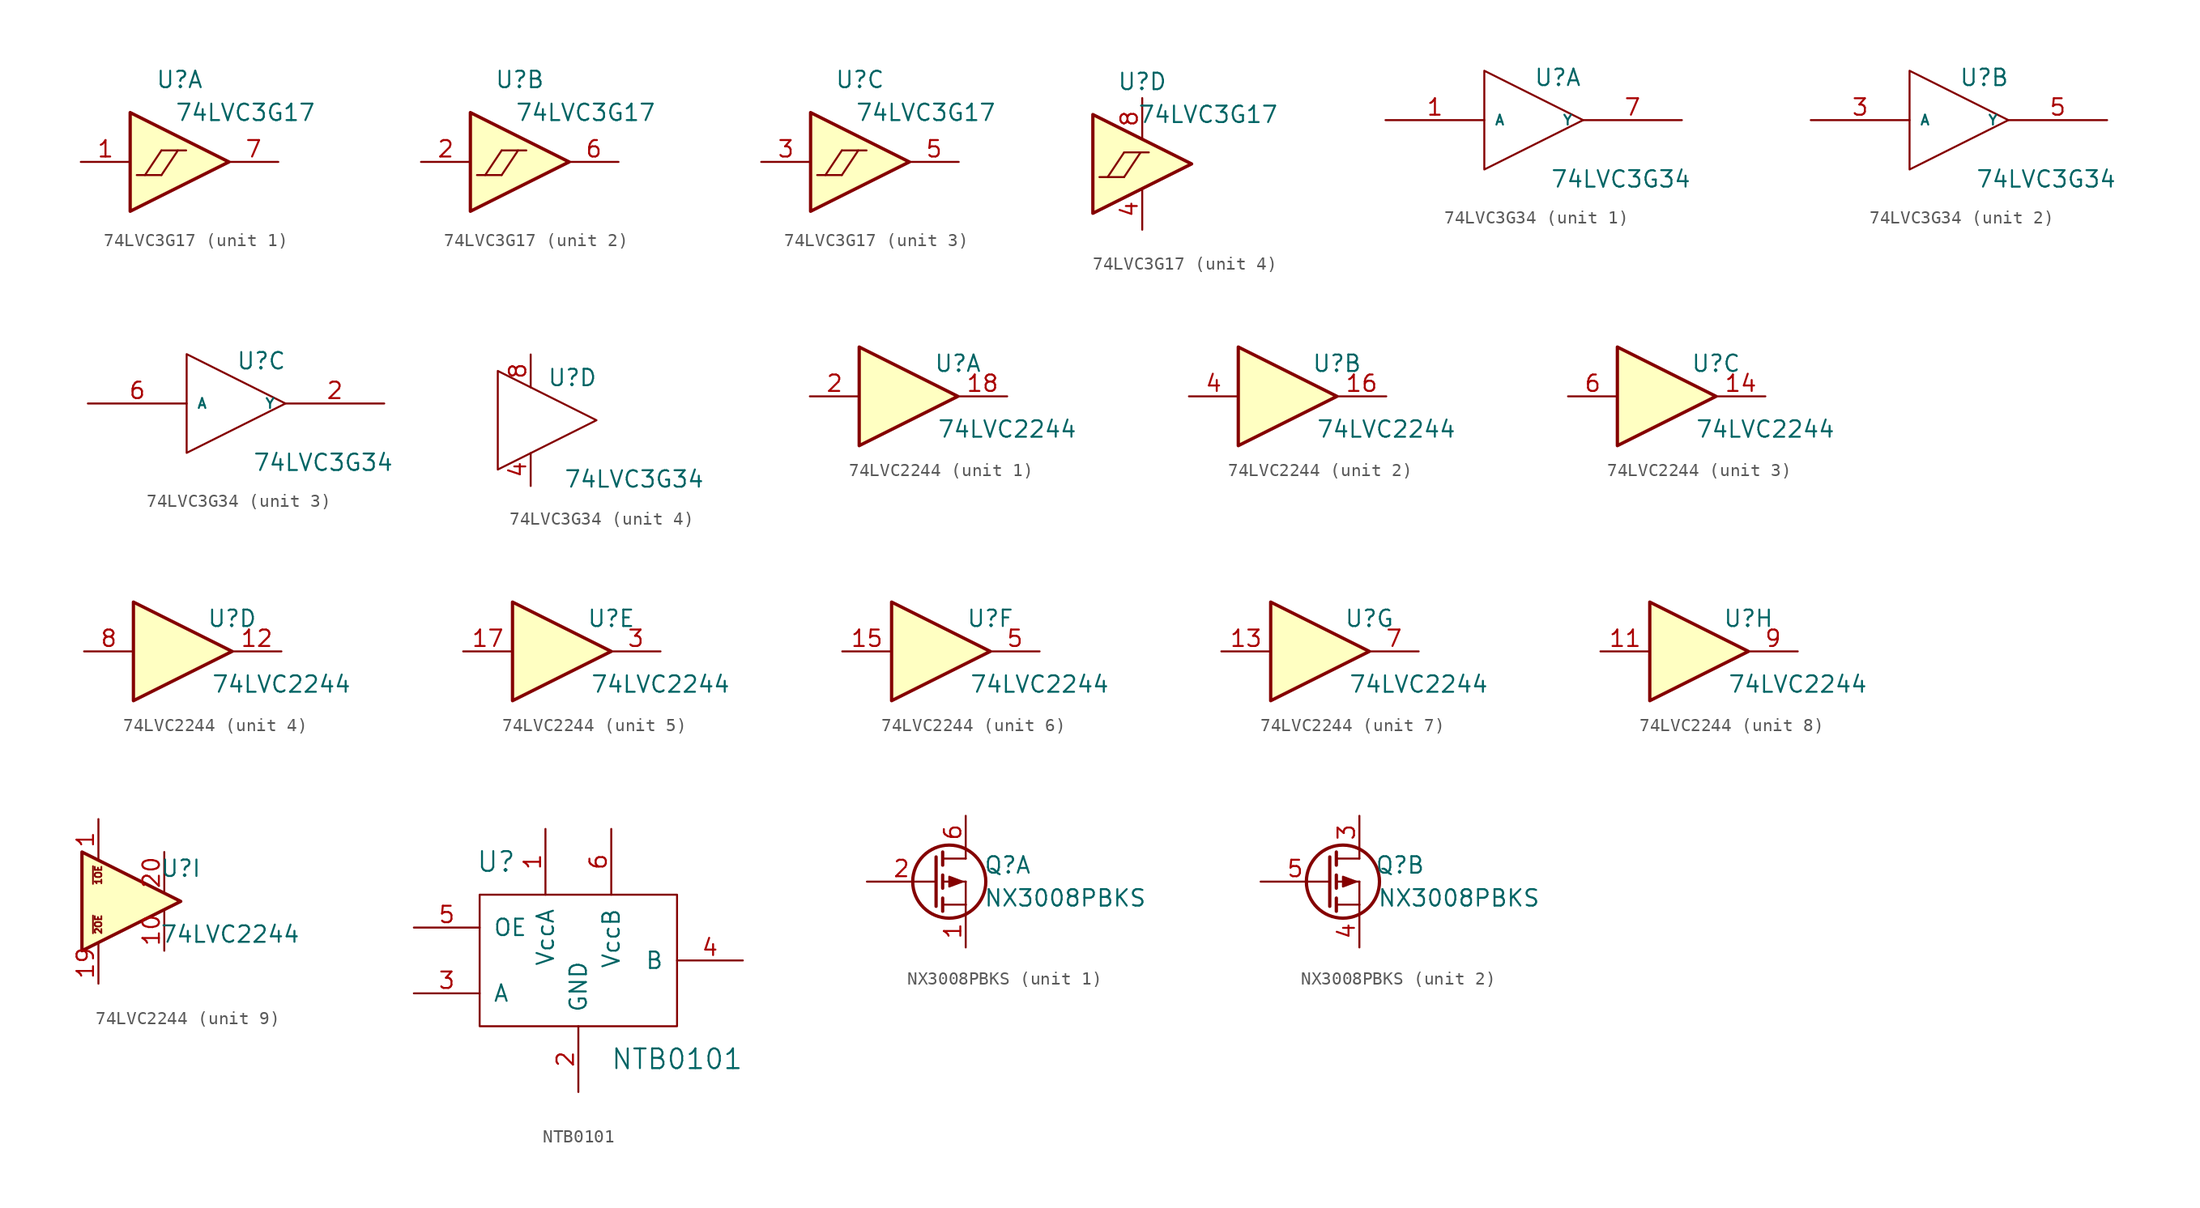
<source format=kicad_sym>
(kicad_symbol_lib
  (version 20220914)
  (generator kicad_symbol_editor)
  (symbol "74LVC3G17"
    (pin_names
      (offset 1.016))
    (property "Reference" "U"
      (at 0 6.35 0)
      (effects (font (size 1.27 1.27))))
    (property "Value" "74LVC3G17"
      (at 5.08 3.81 0)
      (effects (font (size 1.27 1.27))))
    (property "ki_locked" ""
      (at 0 0 0)
      (effects (font (size 1.27 1.27))))
    (symbol "74LVC3G17_0_1"
      (polyline (pts (xy -3.302 -1.016) (xy -1.397 -1.016)) (stroke (width 0) (type solid)) (fill (type none)))
      (polyline (pts (xy -2.667 -1.016) (xy -1.397 0.889)) (stroke (width 0) (type solid)) (fill (type none)))
      (polyline (pts (xy -1.397 -1.016) (xy -0.127 0.889)) (stroke (width 0) (type solid)) (fill (type none)))
      (polyline (pts (xy -1.397 0.889) (xy 0.508 0.889)) (stroke (width 0) (type solid)) (fill (type none))))
    (symbol "74LVC3G17_1_0"
      (polyline (pts (xy -3.81 3.81) (xy -3.81 -3.81) (xy 3.81 0) (xy -3.81 3.81)) (stroke (width 0.254) (type solid)) (fill (type background)))
      (pin input line (at -7.62 0 0) (length 3.81) (name "~" (effects (font (size 1.27 1.27)))) (number "1" (effects (font (size 1.27 1.27)))))
      (pin output line (at 7.62 0 180) (length 3.81) (name "~" (effects (font (size 1.27 1.27)))) (number "7" (effects (font (size 1.27 1.27))))))
    (symbol "74LVC3G17_2_0"
      (polyline (pts (xy -3.81 3.81) (xy -3.81 -3.81) (xy 3.81 0) (xy -3.81 3.81)) (stroke (width 0.254) (type solid)) (fill (type background)))
      (pin input line (at -7.62 0 0) (length 3.81) (name "~" (effects (font (size 1.27 1.27)))) (number "2" (effects (font (size 1.27 1.27)))))
      (pin output line (at 7.62 0 180) (length 3.81) (name "~" (effects (font (size 1.27 1.27)))) (number "6" (effects (font (size 1.27 1.27))))))
    (symbol "74LVC3G17_3_0"
      (polyline (pts (xy -3.81 3.81) (xy -3.81 -3.81) (xy 3.81 0) (xy -3.81 3.81)) (stroke (width 0.254) (type solid)) (fill (type background)))
      (pin input line (at -7.62 0 0) (length 3.81) (name "~" (effects (font (size 1.27 1.27)))) (number "3" (effects (font (size 1.27 1.27)))))
      (pin output line (at 7.62 0 180) (length 3.81) (name "~" (effects (font (size 1.27 1.27)))) (number "5" (effects (font (size 1.27 1.27))))))
    (symbol "74LVC3G17_4_0"
      (polyline (pts (xy -3.81 3.81) (xy -3.81 -3.81) (xy 3.81 0) (xy -3.81 3.81)) (stroke (width 0.254) (type solid)) (fill (type background)))
      (pin power_in line (at 0 -5.08 90) (length 3.175) (name "~" (effects (font (size 1.27 1.27)))) (number "4" (effects (font (size 1.27 1.27)))))
      (pin power_in line (at 0 5.08 270) (length 3.175) (name "~" (effects (font (size 1.27 1.27)))) (number "8" (effects (font (size 1.27 1.27)))))))
  (symbol "74LVC3G34"
    (pin_names
      (offset 0.762))
    (property "Reference" "U"
      (at 0 2.54 0)
      (effects (font (size 1.27 1.27)) (justify left bottom)))
    (property "Value" "74LVC3G34"
      (at 1.27 -3.81 0)
      (effects (font (size 1.27 1.27)) (justify left top)))
    (property "Footprint" ""
      (at 0 0 0)
      (effects (font (size 1.27 1.27))))
    (property "Datasheet" ""
      (at 0 0 0)
      (effects (font (size 1.27 1.27))))
    (symbol "74LVC3G34_0_1"
      (polyline (pts (xy -3.81 3.81) (xy -3.81 -3.81) (xy 3.81 0) (xy -3.81 3.81)) (stroke (width 0) (type solid)) (fill (type none))))
    (symbol "74LVC3G34_1_1"
      (pin input line (at -11.43 0 0) (length 7.62) (name "A" (effects (font (size 0.762 0.762)))) (number "1" (effects (font (size 1.27 1.27)))))
      (pin tri_state line (at 11.43 0 180) (length 7.62) (name "Y" (effects (font (size 0.762 0.762)))) (number "7" (effects (font (size 1.27 1.27))))))
    (symbol "74LVC3G34_2_1"
      (pin input line (at -11.43 0 0) (length 7.62) (name "A" (effects (font (size 0.762 0.762)))) (number "3" (effects (font (size 1.27 1.27)))))
      (pin tri_state line (at 11.43 0 180) (length 7.62) (name "Y" (effects (font (size 0.762 0.762)))) (number "5" (effects (font (size 1.27 1.27))))))
    (symbol "74LVC3G34_3_1"
      (pin tri_state line (at 11.43 0 180) (length 7.62) (name "Y" (effects (font (size 0.762 0.762)))) (number "2" (effects (font (size 1.27 1.27)))))
      (pin input line (at -11.43 0 0) (length 7.62) (name "A" (effects (font (size 0.762 0.762)))) (number "6" (effects (font (size 1.27 1.27))))))
    (symbol "74LVC3G34_4_1"
      (pin power_in line (at -1.27 -5.08 90) (length 2.54) (name "~" (effects (font (size 0.762 0.762)))) (number "4" (effects (font (size 1.27 1.27)))))
      (pin power_in line (at -1.27 5.08 270) (length 2.54) (name "~" (effects (font (size 0.762 0.762)))) (number "8" (effects (font (size 1.27 1.27)))))))
  (symbol "74LVC2244"
    (pin_names
      (offset 1.016))
    (property "Reference" "U"
      (at 3.81 2.54 0)
      (effects (font (size 1.27 1.27))))
    (property "Value" "74LVC2244"
      (at 7.62 -2.54 0)
      (effects (font (size 1.27 1.27))))
    (property "ki_locked" ""
      (at 0 0 0)
      (effects (font (size 1.27 1.27))))
    (symbol "74LVC2244_1_0"
      (polyline (pts (xy -3.81 3.81) (xy -3.81 -3.81) (xy 3.81 0) (xy -3.81 3.81)) (stroke (width 0.254) (type solid)) (fill (type background)))
      (pin output line (at 7.62 0 180) (length 3.81) (name "~" (effects (font (size 1.27 1.27)))) (number "18" (effects (font (size 1.27 1.27)))))
      (pin input line (at -7.62 0 0) (length 3.81) (name "~" (effects (font (size 1.27 1.27)))) (number "2" (effects (font (size 1.27 1.27))))))
    (symbol "74LVC2244_2_0"
      (polyline (pts (xy -3.81 3.81) (xy -3.81 -3.81) (xy 3.81 0) (xy -3.81 3.81)) (stroke (width 0.254) (type solid)) (fill (type background)))
      (pin output line (at 7.62 0 180) (length 3.81) (name "~" (effects (font (size 1.27 1.27)))) (number "16" (effects (font (size 1.27 1.27)))))
      (pin input line (at -7.62 0 0) (length 3.81) (name "~" (effects (font (size 1.27 1.27)))) (number "4" (effects (font (size 1.27 1.27))))))
    (symbol "74LVC2244_3_0"
      (polyline (pts (xy -3.81 3.81) (xy -3.81 -3.81) (xy 3.81 0) (xy -3.81 3.81)) (stroke (width 0.254) (type solid)) (fill (type background)))
      (pin output line (at 7.62 0 180) (length 3.81) (name "~" (effects (font (size 1.27 1.27)))) (number "14" (effects (font (size 1.27 1.27)))))
      (pin input line (at -7.62 0 0) (length 3.81) (name "~" (effects (font (size 1.27 1.27)))) (number "6" (effects (font (size 1.27 1.27))))))
    (symbol "74LVC2244_4_0"
      (polyline (pts (xy -3.81 3.81) (xy -3.81 -3.81) (xy 3.81 0) (xy -3.81 3.81)) (stroke (width 0.254) (type solid)) (fill (type background)))
      (pin output line (at 7.62 0 180) (length 3.81) (name "~" (effects (font (size 1.27 1.27)))) (number "12" (effects (font (size 1.27 1.27)))))
      (pin input line (at -7.62 0 0) (length 3.81) (name "~" (effects (font (size 1.27 1.27)))) (number "8" (effects (font (size 1.27 1.27))))))
    (symbol "74LVC2244_5_0"
      (polyline (pts (xy -3.81 3.81) (xy -3.81 -3.81) (xy 3.81 0) (xy -3.81 3.81)) (stroke (width 0.254) (type solid)) (fill (type background)))
      (pin input line (at -7.62 0 0) (length 3.81) (name "~" (effects (font (size 1.27 1.27)))) (number "17" (effects (font (size 1.27 1.27)))))
      (pin output line (at 7.62 0 180) (length 3.81) (name "~" (effects (font (size 1.27 1.27)))) (number "3" (effects (font (size 1.27 1.27))))))
    (symbol "74LVC2244_6_0"
      (polyline (pts (xy -3.81 3.81) (xy -3.81 -3.81) (xy 3.81 0) (xy -3.81 3.81)) (stroke (width 0.254) (type solid)) (fill (type background)))
      (pin input line (at -7.62 0 0) (length 3.81) (name "~" (effects (font (size 1.27 1.27)))) (number "15" (effects (font (size 1.27 1.27)))))
      (pin output line (at 7.62 0 180) (length 3.81) (name "~" (effects (font (size 1.27 1.27)))) (number "5" (effects (font (size 1.27 1.27))))))
    (symbol "74LVC2244_7_0"
      (polyline (pts (xy -3.81 3.81) (xy -3.81 -3.81) (xy 3.81 0) (xy -3.81 3.81)) (stroke (width 0.254) (type solid)) (fill (type background)))
      (pin input line (at -7.62 0 0) (length 3.81) (name "~" (effects (font (size 1.27 1.27)))) (number "13" (effects (font (size 1.27 1.27)))))
      (pin output line (at 7.62 0 180) (length 3.81) (name "~" (effects (font (size 1.27 1.27)))) (number "7" (effects (font (size 1.27 1.27))))))
    (symbol "74LVC2244_8_0"
      (polyline (pts (xy -3.81 3.81) (xy -3.81 -3.81) (xy 3.81 0) (xy -3.81 3.81)) (stroke (width 0.254) (type solid)) (fill (type background)))
      (pin input line (at -7.62 0 0) (length 3.81) (name "~" (effects (font (size 1.27 1.27)))) (number "11" (effects (font (size 1.27 1.27)))))
      (pin output line (at 7.62 0 180) (length 3.81) (name "~" (effects (font (size 1.27 1.27)))) (number "9" (effects (font (size 1.27 1.27))))))
    (symbol "74LVC2244_9_0"
      (polyline (pts (xy -3.81 3.81) (xy -3.81 -3.81) (xy 3.81 0) (xy -3.81 3.81)) (stroke (width 0.254) (type solid)) (fill (type background)))
      (pin power_in line (at 2.54 -3.81 90) (length 3.175) (name "~" (effects (font (size 1.27 1.27)))) (number "10" (effects (font (size 1.27 1.27)))))
      (pin power_in line (at 2.54 3.81 270) (length 3.175) (name "~" (effects (font (size 1.27 1.27)))) (number "20" (effects (font (size 1.27 1.27))))))
    (symbol "74LVC2244_9_1"
      (text "~{1OE}" (at -2.54 2.032 900) (effects (font (size 0.508 0.508))))
      (text "~{2OE}" (at -2.54 -1.778 900) (effects (font (size 0.508 0.508))))
      (pin input line (at -2.54 6.35 270) (length 3.175) (name "~" (effects (font (size 1.27 1.27)))) (number "1" (effects (font (size 1.27 1.27)))))
      (pin input line (at -2.54 -6.35 90) (length 3.175) (name "~" (effects (font (size 1.27 1.27)))) (number "19" (effects (font (size 1.27 1.27)))))))
  (symbol "NTB0101"
    (pin_names
      (offset 1.016))
    (property "Reference" "U"
      (at -6.35 10.16 0)
      (effects (font (size 1.524 1.524))))
    (property "Value" "NTB0101"
      (at 7.62 -5.08 0)
      (effects (font (size 1.524 1.524))))
    (property "Footprint" ""
      (at 0 0 0)
      (effects (font (size 1.524 1.524))))
    (property "Datasheet" ""
      (at 0 0 0)
      (effects (font (size 1.524 1.524))))
    (symbol "NTB0101_0_1"
      (rectangle (start -7.62 7.62) (end 7.62 -2.54) (stroke (width 0) (type solid)) (fill (type none))))
    (symbol "NTB0101_1_1"
      (pin power_in line (at -2.54 12.7 270) (length 5.08) (name "VccA" (effects (font (size 1.27 1.27)))) (number "1" (effects (font (size 1.27 1.27)))))
      (pin passive line (at 0 -7.62 90) (length 5.08) (name "GND" (effects (font (size 1.27 1.27)))) (number "2" (effects (font (size 1.27 1.27)))))
      (pin bidirectional line (at -12.7 0 0) (length 5.08) (name "A" (effects (font (size 1.27 1.27)))) (number "3" (effects (font (size 1.27 1.27)))))
      (pin bidirectional line (at 12.7 2.54 180) (length 5.08) (name "B" (effects (font (size 1.27 1.27)))) (number "4" (effects (font (size 1.27 1.27)))))
      (pin input line (at -12.7 5.08 0) (length 5.08) (name "OE" (effects (font (size 1.27 1.27)))) (number "5" (effects (font (size 1.27 1.27)))))
      (pin power_in line (at 2.54 12.7 270) (length 5.08) (name "VccB" (effects (font (size 1.27 1.27)))) (number "6" (effects (font (size 1.27 1.27)))))))
  (symbol "NX3008PBKS"
    (pin_names
      (offset 0) hide)
    (property "Reference" "Q"
      (at 7.62 1.27 0)
      (effects (font (size 1.27 1.27)) (justify right)))
    (property "Value" "NX3008PBKS"
      (at 16.51 -1.27 0)
      (effects (font (size 1.27 1.27)) (justify right)))
    (property "Footprint" ""
      (at 5.08 2.54 0)
      (effects (font (size 1.27 1.27))))
    (property "Datasheet" ""
      (at 0 0 0)
      (effects (font (size 1.27 1.27))))
    (symbol "NX3008PBKS_0_1"
      (polyline (pts (xy 0.762 -1.778) (xy 2.54 -1.778)) (stroke (width 0) (type solid)) (fill (type none)))
      (polyline (pts (xy 0.762 -1.27) (xy 0.762 -2.286)) (stroke (width 0.254) (type solid)) (fill (type none)))
      (polyline (pts (xy 0.762 0) (xy 2.54 0)) (stroke (width 0) (type solid)) (fill (type none)))
      (polyline (pts (xy 0.762 0.508) (xy 0.762 -0.508)) (stroke (width 0.254) (type solid)) (fill (type none)))
      (polyline (pts (xy 0.762 1.778) (xy 2.54 1.778)) (stroke (width 0) (type solid)) (fill (type none)))
      (polyline (pts (xy 0.762 2.286) (xy 0.762 1.27)) (stroke (width 0.254) (type solid)) (fill (type none)))
      (polyline (pts (xy 2.54 -1.778) (xy 2.54 -2.54)) (stroke (width 0) (type solid)) (fill (type none)))
      (polyline (pts (xy 2.54 -1.778) (xy 2.54 0)) (stroke (width 0) (type solid)) (fill (type none)))
      (polyline (pts (xy 2.54 2.54) (xy 2.54 1.778)) (stroke (width 0) (type solid)) (fill (type none)))
      (polyline (pts (xy 0.254 1.905) (xy 0.254 -1.905) (xy 0.254 -1.905)) (stroke (width 0.254) (type solid)) (fill (type none)))
      (polyline (pts (xy 2.286 0) (xy 1.27 -0.381) (xy 1.27 0.381) (xy 2.286 0)) (stroke (width 0) (type solid)) (fill (type outline)))
      (circle (center 1.27 0) (radius 2.819) (stroke (width 0.254) (type solid)) (fill (type none))))
    (symbol "NX3008PBKS_1_1"
      (pin passive line (at 2.54 -5.08 90) (length 2.54) (name "S" (effects (font (size 1.27 1.27)))) (number "1" (effects (font (size 1.27 1.27)))))
      (pin input line (at -5.08 0 0) (length 5.334) (name "G" (effects (font (size 1.27 1.27)))) (number "2" (effects (font (size 1.27 1.27)))))
      (pin passive line (at 2.54 5.08 270) (length 2.54) (name "D" (effects (font (size 1.27 1.27)))) (number "6" (effects (font (size 1.27 1.27))))))
    (symbol "NX3008PBKS_2_1"
      (pin passive line (at 2.54 5.08 270) (length 2.54) (name "D" (effects (font (size 1.27 1.27)))) (number "3" (effects (font (size 1.27 1.27)))))
      (pin passive line (at 2.54 -5.08 90) (length 2.54) (name "S" (effects (font (size 1.27 1.27)))) (number "4" (effects (font (size 1.27 1.27)))))
      (pin input line (at -5.08 0 0) (length 5.334) (name "G" (effects (font (size 1.27 1.27)))) (number "5" (effects (font (size 1.27 1.27))))))))
</source>
